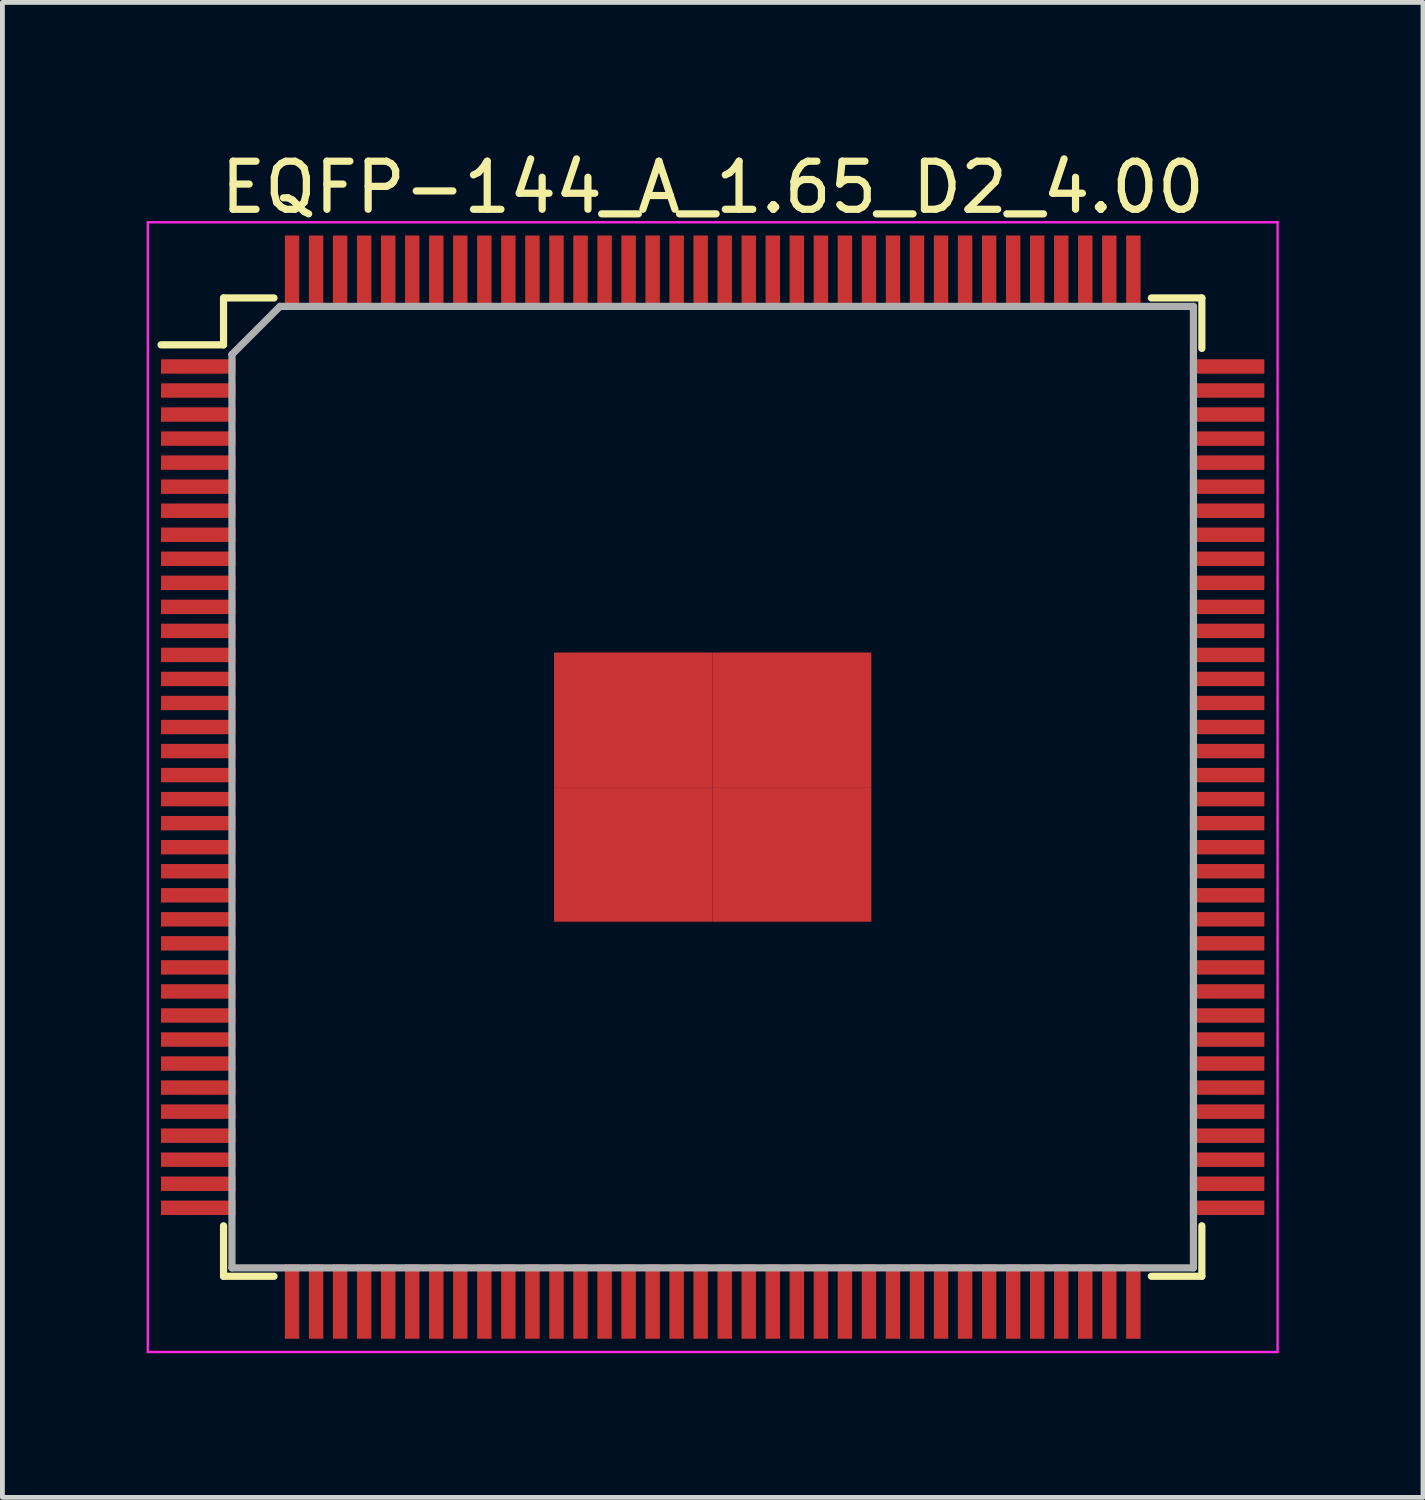
<source format=kicad_pcb>
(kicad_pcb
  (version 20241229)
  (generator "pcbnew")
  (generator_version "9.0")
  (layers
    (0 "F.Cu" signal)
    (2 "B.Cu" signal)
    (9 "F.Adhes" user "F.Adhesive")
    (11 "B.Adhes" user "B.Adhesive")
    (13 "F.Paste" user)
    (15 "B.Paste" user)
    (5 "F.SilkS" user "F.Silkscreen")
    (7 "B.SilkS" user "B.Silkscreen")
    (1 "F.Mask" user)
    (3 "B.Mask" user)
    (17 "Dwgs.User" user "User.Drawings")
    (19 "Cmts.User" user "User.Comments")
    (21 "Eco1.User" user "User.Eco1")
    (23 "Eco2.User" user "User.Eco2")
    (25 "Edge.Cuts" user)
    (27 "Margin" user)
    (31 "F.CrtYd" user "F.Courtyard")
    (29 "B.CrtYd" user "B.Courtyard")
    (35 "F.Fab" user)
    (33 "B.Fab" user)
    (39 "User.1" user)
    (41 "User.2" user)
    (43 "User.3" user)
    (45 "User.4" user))
  (footprint "EQFP-144_A_1.65_D2_4.00"
    (layer "F.Cu")
    (at 11.775 13.323)
    (property "Reference" "EQFP-144_A_1.65_D2_4.00" (at 0 -12.475 0) (layer "F.SilkS") (effects (font (size 1 1) (thickness 0.15))))
    (attr smd)
    (fp_line (start -10.175 -10.175) (end -10.175 -9.2) (stroke (width 0.15) (type solid)) (layer "F.SilkS"))
    (fp_line (start -10.175 -10.175) (end -9.125 -10.175) (stroke (width 0.15) (type solid)) (layer "F.SilkS"))
    (fp_line (start -10.175 -9.2) (end -11.475 -9.2) (stroke (width 0.15) (type solid)) (layer "F.SilkS"))
    (fp_line (start -10.175 10.175) (end -10.175 9.125) (stroke (width 0.15) (type solid)) (layer "F.SilkS"))
    (fp_line (start -10.175 10.175) (end -9.125 10.175) (stroke (width 0.15) (type solid)) (layer "F.SilkS"))
    (fp_line (start 10.175 -10.175) (end 9.125 -10.175) (stroke (width 0.15) (type solid)) (layer "F.SilkS"))
    (fp_line (start 10.175 -10.175) (end 10.175 -9.125) (stroke (width 0.15) (type solid)) (layer "F.SilkS"))
    (fp_line (start 10.175 10.175) (end 9.125 10.175) (stroke (width 0.15) (type solid)) (layer "F.SilkS"))
    (fp_line (start 10.175 10.175) (end 10.175 9.125) (stroke (width 0.15) (type solid)) (layer "F.SilkS"))
    (fp_line (start -11.75 -11.75) (end -11.75 11.75) (stroke (width 0.05) (type solid)) (layer "F.CrtYd"))
    (fp_line (start -11.75 -11.75) (end 11.75 -11.75) (stroke (width 0.05) (type solid)) (layer "F.CrtYd"))
    (fp_line (start -11.75 11.75) (end 11.75 11.75) (stroke (width 0.05) (type solid)) (layer "F.CrtYd"))
    (fp_line (start 11.75 -11.75) (end 11.75 11.75) (stroke (width 0.05) (type solid)) (layer "F.CrtYd"))
    (fp_line (start -10 -9) (end -9 -10) (stroke (width 0.15) (type solid)) (layer "F.Fab"))
    (fp_line (start -10 10) (end -10 -9) (stroke (width 0.15) (type solid)) (layer "F.Fab"))
    (fp_line (start -9 -10) (end 10 -10) (stroke (width 0.15) (type solid)) (layer "F.Fab"))
    (fp_line (start 10 -10) (end 10 10) (stroke (width 0.15) (type solid)) (layer "F.Fab"))
    (fp_line (start 10 10) (end -10 10) (stroke (width 0.15) (type solid)) (layer "F.Fab"))
    (pad "1" smd rect (at -10.7 -8.75) (size 1.55 0.3) (layers "F.Cu" "F.Mask" "F.Paste"))
    (pad "2" smd rect (at -10.7 -8.25) (size 1.55 0.3) (layers "F.Cu" "F.Mask" "F.Paste"))
    (pad "3" smd rect (at -10.7 -7.75) (size 1.55 0.3) (layers "F.Cu" "F.Mask" "F.Paste"))
    (pad "4" smd rect (at -10.7 -7.25) (size 1.55 0.3) (layers "F.Cu" "F.Mask" "F.Paste"))
    (pad "5" smd rect (at -10.7 -6.75) (size 1.55 0.3) (layers "F.Cu" "F.Mask" "F.Paste"))
    (pad "6" smd rect (at -10.7 -6.25) (size 1.55 0.3) (layers "F.Cu" "F.Mask" "F.Paste"))
    (pad "7" smd rect (at -10.7 -5.75) (size 1.55 0.3) (layers "F.Cu" "F.Mask" "F.Paste"))
    (pad "8" smd rect (at -10.7 -5.25) (size 1.55 0.3) (layers "F.Cu" "F.Mask" "F.Paste"))
    (pad "9" smd rect (at -10.7 -4.75) (size 1.55 0.3) (layers "F.Cu" "F.Mask" "F.Paste"))
    (pad "10" smd rect (at -10.7 -4.25) (size 1.55 0.3) (layers "F.Cu" "F.Mask" "F.Paste"))
    (pad "11" smd rect (at -10.7 -3.75) (size 1.55 0.3) (layers "F.Cu" "F.Mask" "F.Paste"))
    (pad "12" smd rect (at -10.7 -3.25) (size 1.55 0.3) (layers "F.Cu" "F.Mask" "F.Paste"))
    (pad "13" smd rect (at -10.7 -2.75) (size 1.55 0.3) (layers "F.Cu" "F.Mask" "F.Paste"))
    (pad "14" smd rect (at -10.7 -2.25) (size 1.55 0.3) (layers "F.Cu" "F.Mask" "F.Paste"))
    (pad "15" smd rect (at -10.7 -1.75) (size 1.55 0.3) (layers "F.Cu" "F.Mask" "F.Paste"))
    (pad "16" smd rect (at -10.7 -1.25) (size 1.55 0.3) (layers "F.Cu" "F.Mask" "F.Paste"))
    (pad "17" smd rect (at -10.7 -0.75) (size 1.55 0.3) (layers "F.Cu" "F.Mask" "F.Paste"))
    (pad "18" smd rect (at -10.7 -0.25) (size 1.55 0.3) (layers "F.Cu" "F.Mask" "F.Paste"))
    (pad "19" smd rect (at -10.7 0.25) (size 1.55 0.3) (layers "F.Cu" "F.Mask" "F.Paste"))
    (pad "20" smd rect (at -10.7 0.75) (size 1.55 0.3) (layers "F.Cu" "F.Mask" "F.Paste"))
    (pad "21" smd rect (at -10.7 1.25) (size 1.55 0.3) (layers "F.Cu" "F.Mask" "F.Paste"))
    (pad "22" smd rect (at -10.7 1.75) (size 1.55 0.3) (layers "F.Cu" "F.Mask" "F.Paste"))
    (pad "23" smd rect (at -10.7 2.25) (size 1.55 0.3) (layers "F.Cu" "F.Mask" "F.Paste"))
    (pad "24" smd rect (at -10.7 2.75) (size 1.55 0.3) (layers "F.Cu" "F.Mask" "F.Paste"))
    (pad "25" smd rect (at -10.7 3.25) (size 1.55 0.3) (layers "F.Cu" "F.Mask" "F.Paste"))
    (pad "26" smd rect (at -10.7 3.75) (size 1.55 0.3) (layers "F.Cu" "F.Mask" "F.Paste"))
    (pad "27" smd rect (at -10.7 4.25) (size 1.55 0.3) (layers "F.Cu" "F.Mask" "F.Paste"))
    (pad "28" smd rect (at -10.7 4.75) (size 1.55 0.3) (layers "F.Cu" "F.Mask" "F.Paste"))
    (pad "29" smd rect (at -10.7 5.25) (size 1.55 0.3) (layers "F.Cu" "F.Mask" "F.Paste"))
    (pad "30" smd rect (at -10.7 5.75) (size 1.55 0.3) (layers "F.Cu" "F.Mask" "F.Paste"))
    (pad "31" smd rect (at -10.7 6.25) (size 1.55 0.3) (layers "F.Cu" "F.Mask" "F.Paste"))
    (pad "32" smd rect (at -10.7 6.75) (size 1.55 0.3) (layers "F.Cu" "F.Mask" "F.Paste"))
    (pad "33" smd rect (at -10.7 7.25) (size 1.55 0.3) (layers "F.Cu" "F.Mask" "F.Paste"))
    (pad "34" smd rect (at -10.7 7.75) (size 1.55 0.3) (layers "F.Cu" "F.Mask" "F.Paste"))
    (pad "35" smd rect (at -10.7 8.25) (size 1.55 0.3) (layers "F.Cu" "F.Mask" "F.Paste"))
    (pad "36" smd rect (at -10.7 8.75) (size 1.55 0.3) (layers "F.Cu" "F.Mask" "F.Paste"))
    (pad "37" smd rect (at -8.75 10.7 90) (size 1.55 0.3) (layers "F.Cu" "F.Mask" "F.Paste"))
    (pad "38" smd rect (at -8.25 10.7 90) (size 1.55 0.3) (layers "F.Cu" "F.Mask" "F.Paste"))
    (pad "39" smd rect (at -7.75 10.7 90) (size 1.55 0.3) (layers "F.Cu" "F.Mask" "F.Paste"))
    (pad "40" smd rect (at -7.25 10.7 90) (size 1.55 0.3) (layers "F.Cu" "F.Mask" "F.Paste"))
    (pad "41" smd rect (at -6.75 10.7 90) (size 1.55 0.3) (layers "F.Cu" "F.Mask" "F.Paste"))
    (pad "42" smd rect (at -6.25 10.7 90) (size 1.55 0.3) (layers "F.Cu" "F.Mask" "F.Paste"))
    (pad "43" smd rect (at -5.75 10.7 90) (size 1.55 0.3) (layers "F.Cu" "F.Mask" "F.Paste"))
    (pad "44" smd rect (at -5.25 10.7 90) (size 1.55 0.3) (layers "F.Cu" "F.Mask" "F.Paste"))
    (pad "45" smd rect (at -4.75 10.7 90) (size 1.55 0.3) (layers "F.Cu" "F.Mask" "F.Paste"))
    (pad "46" smd rect (at -4.25 10.7 90) (size 1.55 0.3) (layers "F.Cu" "F.Mask" "F.Paste"))
    (pad "47" smd rect (at -3.75 10.7 90) (size 1.55 0.3) (layers "F.Cu" "F.Mask" "F.Paste"))
    (pad "48" smd rect (at -3.25 10.7 90) (size 1.55 0.3) (layers "F.Cu" "F.Mask" "F.Paste"))
    (pad "49" smd rect (at -2.75 10.7 90) (size 1.55 0.3) (layers "F.Cu" "F.Mask" "F.Paste"))
    (pad "50" smd rect (at -2.25 10.7 90) (size 1.55 0.3) (layers "F.Cu" "F.Mask" "F.Paste"))
    (pad "51" smd rect (at -1.75 10.7 90) (size 1.55 0.3) (layers "F.Cu" "F.Mask" "F.Paste"))
    (pad "52" smd rect (at -1.25 10.7 90) (size 1.55 0.3) (layers "F.Cu" "F.Mask" "F.Paste"))
    (pad "53" smd rect (at -0.75 10.7 90) (size 1.55 0.3) (layers "F.Cu" "F.Mask" "F.Paste"))
    (pad "54" smd rect (at -0.25 10.7 90) (size 1.55 0.3) (layers "F.Cu" "F.Mask" "F.Paste"))
    (pad "55" smd rect (at 0.25 10.7 90) (size 1.55 0.3) (layers "F.Cu" "F.Mask" "F.Paste"))
    (pad "56" smd rect (at 0.75 10.7 90) (size 1.55 0.3) (layers "F.Cu" "F.Mask" "F.Paste"))
    (pad "57" smd rect (at 1.25 10.7 90) (size 1.55 0.3) (layers "F.Cu" "F.Mask" "F.Paste"))
    (pad "58" smd rect (at 1.75 10.7 90) (size 1.55 0.3) (layers "F.Cu" "F.Mask" "F.Paste"))
    (pad "59" smd rect (at 2.25 10.7 90) (size 1.55 0.3) (layers "F.Cu" "F.Mask" "F.Paste"))
    (pad "60" smd rect (at 2.75 10.7 90) (size 1.55 0.3) (layers "F.Cu" "F.Mask" "F.Paste"))
    (pad "61" smd rect (at 3.25 10.7 90) (size 1.55 0.3) (layers "F.Cu" "F.Mask" "F.Paste"))
    (pad "62" smd rect (at 3.75 10.7 90) (size 1.55 0.3) (layers "F.Cu" "F.Mask" "F.Paste"))
    (pad "63" smd rect (at 4.25 10.7 90) (size 1.55 0.3) (layers "F.Cu" "F.Mask" "F.Paste"))
    (pad "64" smd rect (at 4.75 10.7 90) (size 1.55 0.3) (layers "F.Cu" "F.Mask" "F.Paste"))
    (pad "65" smd rect (at 5.25 10.7 90) (size 1.55 0.3) (layers "F.Cu" "F.Mask" "F.Paste"))
    (pad "66" smd rect (at 5.75 10.7 90) (size 1.55 0.3) (layers "F.Cu" "F.Mask" "F.Paste"))
    (pad "67" smd rect (at 6.25 10.7 90) (size 1.55 0.3) (layers "F.Cu" "F.Mask" "F.Paste"))
    (pad "68" smd rect (at 6.75 10.7 90) (size 1.55 0.3) (layers "F.Cu" "F.Mask" "F.Paste"))
    (pad "69" smd rect (at 7.25 10.7 90) (size 1.55 0.3) (layers "F.Cu" "F.Mask" "F.Paste"))
    (pad "70" smd rect (at 7.75 10.7 90) (size 1.55 0.3) (layers "F.Cu" "F.Mask" "F.Paste"))
    (pad "71" smd rect (at 8.25 10.7 90) (size 1.55 0.3) (layers "F.Cu" "F.Mask" "F.Paste"))
    (pad "72" smd rect (at 8.75 10.7 90) (size 1.55 0.3) (layers "F.Cu" "F.Mask" "F.Paste"))
    (pad "73" smd rect (at 10.7 8.75) (size 1.55 0.3) (layers "F.Cu" "F.Mask" "F.Paste"))
    (pad "74" smd rect (at 10.7 8.25) (size 1.55 0.3) (layers "F.Cu" "F.Mask" "F.Paste"))
    (pad "75" smd rect (at 10.7 7.75) (size 1.55 0.3) (layers "F.Cu" "F.Mask" "F.Paste"))
    (pad "76" smd rect (at 10.7 7.25) (size 1.55 0.3) (layers "F.Cu" "F.Mask" "F.Paste"))
    (pad "77" smd rect (at 10.7 6.75) (size 1.55 0.3) (layers "F.Cu" "F.Mask" "F.Paste"))
    (pad "78" smd rect (at 10.7 6.25) (size 1.55 0.3) (layers "F.Cu" "F.Mask" "F.Paste"))
    (pad "79" smd rect (at 10.7 5.75) (size 1.55 0.3) (layers "F.Cu" "F.Mask" "F.Paste"))
    (pad "80" smd rect (at 10.7 5.25) (size 1.55 0.3) (layers "F.Cu" "F.Mask" "F.Paste"))
    (pad "81" smd rect (at 10.7 4.75) (size 1.55 0.3) (layers "F.Cu" "F.Mask" "F.Paste"))
    (pad "82" smd rect (at 10.7 4.25) (size 1.55 0.3) (layers "F.Cu" "F.Mask" "F.Paste"))
    (pad "83" smd rect (at 10.7 3.75) (size 1.55 0.3) (layers "F.Cu" "F.Mask" "F.Paste"))
    (pad "84" smd rect (at 10.7 3.25) (size 1.55 0.3) (layers "F.Cu" "F.Mask" "F.Paste"))
    (pad "85" smd rect (at 10.7 2.75) (size 1.55 0.3) (layers "F.Cu" "F.Mask" "F.Paste"))
    (pad "86" smd rect (at 10.7 2.25) (size 1.55 0.3) (layers "F.Cu" "F.Mask" "F.Paste"))
    (pad "87" smd rect (at 10.7 1.75) (size 1.55 0.3) (layers "F.Cu" "F.Mask" "F.Paste"))
    (pad "88" smd rect (at 10.7 1.25) (size 1.55 0.3) (layers "F.Cu" "F.Mask" "F.Paste"))
    (pad "89" smd rect (at 10.7 0.75) (size 1.55 0.3) (layers "F.Cu" "F.Mask" "F.Paste"))
    (pad "90" smd rect (at 10.7 0.25) (size 1.55 0.3) (layers "F.Cu" "F.Mask" "F.Paste"))
    (pad "91" smd rect (at 10.7 -0.25) (size 1.55 0.3) (layers "F.Cu" "F.Mask" "F.Paste"))
    (pad "92" smd rect (at 10.7 -0.75) (size 1.55 0.3) (layers "F.Cu" "F.Mask" "F.Paste"))
    (pad "93" smd rect (at 10.7 -1.25) (size 1.55 0.3) (layers "F.Cu" "F.Mask" "F.Paste"))
    (pad "94" smd rect (at 10.7 -1.75) (size 1.55 0.3) (layers "F.Cu" "F.Mask" "F.Paste"))
    (pad "95" smd rect (at 10.7 -2.25) (size 1.55 0.3) (layers "F.Cu" "F.Mask" "F.Paste"))
    (pad "96" smd rect (at 10.7 -2.75) (size 1.55 0.3) (layers "F.Cu" "F.Mask" "F.Paste"))
    (pad "97" smd rect (at 10.7 -3.25) (size 1.55 0.3) (layers "F.Cu" "F.Mask" "F.Paste"))
    (pad "98" smd rect (at 10.7 -3.75) (size 1.55 0.3) (layers "F.Cu" "F.Mask" "F.Paste"))
    (pad "99" smd rect (at 10.7 -4.25) (size 1.55 0.3) (layers "F.Cu" "F.Mask" "F.Paste"))
    (pad "100" smd rect (at 10.7 -4.75) (size 1.55 0.3) (layers "F.Cu" "F.Mask" "F.Paste"))
    (pad "101" smd rect (at 10.7 -5.25) (size 1.55 0.3) (layers "F.Cu" "F.Mask" "F.Paste"))
    (pad "102" smd rect (at 10.7 -5.75) (size 1.55 0.3) (layers "F.Cu" "F.Mask" "F.Paste"))
    (pad "103" smd rect (at 10.7 -6.25) (size 1.55 0.3) (layers "F.Cu" "F.Mask" "F.Paste"))
    (pad "104" smd rect (at 10.7 -6.75) (size 1.55 0.3) (layers "F.Cu" "F.Mask" "F.Paste"))
    (pad "105" smd rect (at 10.7 -7.25) (size 1.55 0.3) (layers "F.Cu" "F.Mask" "F.Paste"))
    (pad "106" smd rect (at 10.7 -7.75) (size 1.55 0.3) (layers "F.Cu" "F.Mask" "F.Paste"))
    (pad "107" smd rect (at 10.7 -8.25) (size 1.55 0.3) (layers "F.Cu" "F.Mask" "F.Paste"))
    (pad "108" smd rect (at 10.7 -8.75) (size 1.55 0.3) (layers "F.Cu" "F.Mask" "F.Paste"))
    (pad "109" smd rect (at 8.75 -10.7 90) (size 1.55 0.3) (layers "F.Cu" "F.Mask" "F.Paste"))
    (pad "110" smd rect (at 8.25 -10.7 90) (size 1.55 0.3) (layers "F.Cu" "F.Mask" "F.Paste"))
    (pad "111" smd rect (at 7.75 -10.7 90) (size 1.55 0.3) (layers "F.Cu" "F.Mask" "F.Paste"))
    (pad "112" smd rect (at 7.25 -10.7 90) (size 1.55 0.3) (layers "F.Cu" "F.Mask" "F.Paste"))
    (pad "113" smd rect (at 6.75 -10.7 90) (size 1.55 0.3) (layers "F.Cu" "F.Mask" "F.Paste"))
    (pad "114" smd rect (at 6.25 -10.7 90) (size 1.55 0.3) (layers "F.Cu" "F.Mask" "F.Paste"))
    (pad "115" smd rect (at 5.75 -10.7 90) (size 1.55 0.3) (layers "F.Cu" "F.Mask" "F.Paste"))
    (pad "116" smd rect (at 5.25 -10.7 90) (size 1.55 0.3) (layers "F.Cu" "F.Mask" "F.Paste"))
    (pad "117" smd rect (at 4.75 -10.7 90) (size 1.55 0.3) (layers "F.Cu" "F.Mask" "F.Paste"))
    (pad "118" smd rect (at 4.25 -10.7 90) (size 1.55 0.3) (layers "F.Cu" "F.Mask" "F.Paste"))
    (pad "119" smd rect (at 3.75 -10.7 90) (size 1.55 0.3) (layers "F.Cu" "F.Mask" "F.Paste"))
    (pad "120" smd rect (at 3.25 -10.7 90) (size 1.55 0.3) (layers "F.Cu" "F.Mask" "F.Paste"))
    (pad "121" smd rect (at 2.75 -10.7 90) (size 1.55 0.3) (layers "F.Cu" "F.Mask" "F.Paste"))
    (pad "122" smd rect (at 2.25 -10.7 90) (size 1.55 0.3) (layers "F.Cu" "F.Mask" "F.Paste"))
    (pad "123" smd rect (at 1.75 -10.7 90) (size 1.55 0.3) (layers "F.Cu" "F.Mask" "F.Paste"))
    (pad "124" smd rect (at 1.25 -10.7 90) (size 1.55 0.3) (layers "F.Cu" "F.Mask" "F.Paste"))
    (pad "125" smd rect (at 0.75 -10.7 90) (size 1.55 0.3) (layers "F.Cu" "F.Mask" "F.Paste"))
    (pad "126" smd rect (at 0.25 -10.7 90) (size 1.55 0.3) (layers "F.Cu" "F.Mask" "F.Paste"))
    (pad "127" smd rect (at -0.25 -10.7 90) (size 1.55 0.3) (layers "F.Cu" "F.Mask" "F.Paste"))
    (pad "128" smd rect (at -0.75 -10.7 90) (size 1.55 0.3) (layers "F.Cu" "F.Mask" "F.Paste"))
    (pad "129" smd rect (at -1.25 -10.7 90) (size 1.55 0.3) (layers "F.Cu" "F.Mask" "F.Paste"))
    (pad "130" smd rect (at -1.75 -10.7 90) (size 1.55 0.3) (layers "F.Cu" "F.Mask" "F.Paste"))
    (pad "131" smd rect (at -2.25 -10.7 90) (size 1.55 0.3) (layers "F.Cu" "F.Mask" "F.Paste"))
    (pad "132" smd rect (at -2.75 -10.7 90) (size 1.55 0.3) (layers "F.Cu" "F.Mask" "F.Paste"))
    (pad "133" smd rect (at -3.25 -10.7 90) (size 1.55 0.3) (layers "F.Cu" "F.Mask" "F.Paste"))
    (pad "134" smd rect (at -3.75 -10.7 90) (size 1.55 0.3) (layers "F.Cu" "F.Mask" "F.Paste"))
    (pad "135" smd rect (at -4.25 -10.7 90) (size 1.55 0.3) (layers "F.Cu" "F.Mask" "F.Paste"))
    (pad "136" smd rect (at -4.75 -10.7 90) (size 1.55 0.3) (layers "F.Cu" "F.Mask" "F.Paste"))
    (pad "137" smd rect (at -5.25 -10.7 90) (size 1.55 0.3) (layers "F.Cu" "F.Mask" "F.Paste"))
    (pad "138" smd rect (at -5.75 -10.7 90) (size 1.55 0.3) (layers "F.Cu" "F.Mask" "F.Paste"))
    (pad "139" smd rect (at -6.25 -10.7 90) (size 1.55 0.3) (layers "F.Cu" "F.Mask" "F.Paste"))
    (pad "140" smd rect (at -6.75 -10.7 90) (size 1.55 0.3) (layers "F.Cu" "F.Mask" "F.Paste"))
    (pad "141" smd rect (at -7.25 -10.7 90) (size 1.55 0.3) (layers "F.Cu" "F.Mask" "F.Paste"))
    (pad "142" smd rect (at -7.75 -10.7 90) (size 1.55 0.3) (layers "F.Cu" "F.Mask" "F.Paste"))
    (pad "143" smd rect (at -8.25 -10.7 90) (size 1.55 0.3) (layers "F.Cu" "F.Mask" "F.Paste"))
    (pad "144" smd rect (at -8.75 -10.7 90) (size 1.55 0.3) (layers "F.Cu" "F.Mask" "F.Paste"))
    (pad "EP" smd rect (at -1.65 -1.4) (size 3.3 2.8) (layers "F.Cu" "F.Mask" "F.Paste"))
    (pad "EP" smd rect (at -1.65 1.4) (size 3.3 2.8) (layers "F.Cu" "F.Mask" "F.Paste"))
    (pad "EP" smd rect (at 1.65 -1.4) (size 3.3 2.8) (layers "F.Cu" "F.Mask" "F.Paste"))
    (pad "EP" smd rect (at 1.65 1.4) (size 3.3 2.8) (layers "F.Cu" "F.Mask" "F.Paste")))
  (gr_rect
    (start -3 -3)
    (end 26.55 28.098)
    (stroke (width 0.1) (type default))
    (fill no)
    (layer "Edge.Cuts")))
</source>
